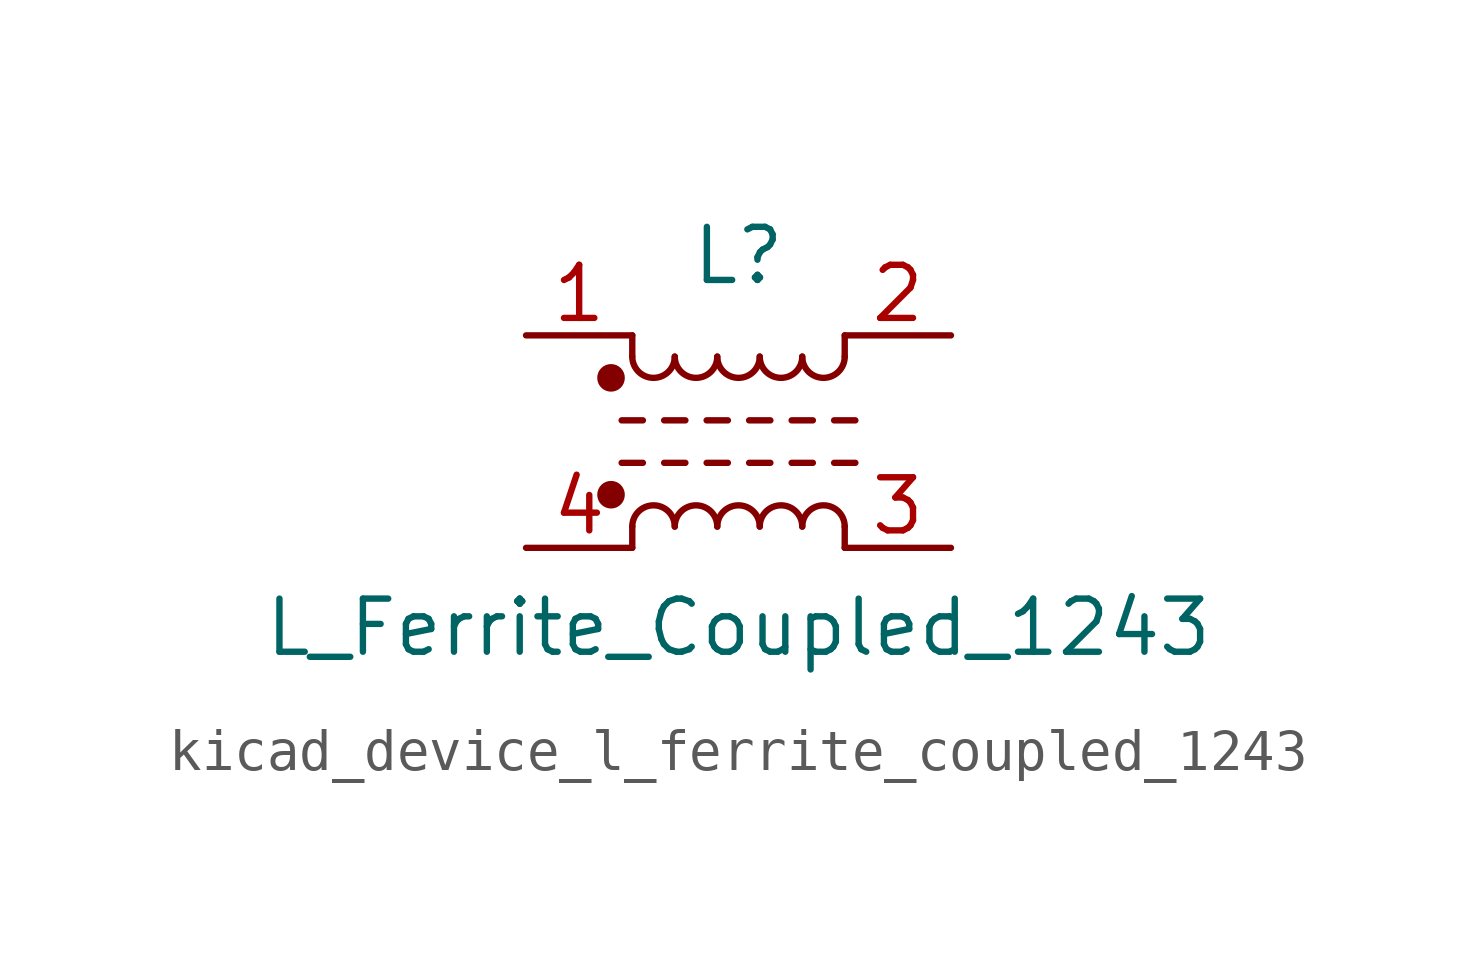
<source format=kicad_sym>
(kicad_symbol_lib
  (version 20220914)
  (generator kicad_symbol_editor)
  (symbol "kicad_device_l_ferrite_coupled_1243"
    (pin_names
      (offset 0.254) hide)
    (property "Reference" "L"
      (at 0 4.445 0)
      (effects (font (size 1.27 1.27))))
    (property "Value" "L_Ferrite_Coupled_1243"
      (at 0 -4.445 0)
      (effects (font (size 1.27 1.27))))
    (symbol "kicad_device_l_ferrite_coupled_1243_0_1"
      (circle (center -3.048 -1.27) (radius 0.254) (stroke (width 0) (type default)) (fill (type outline)))
      (circle (center -3.048 1.524) (radius 0.254) (stroke (width 0) (type default)) (fill (type outline)))
      (arc (start -2.54 2.032) (mid -2.032 1.5262) (end -1.524 2.032) (stroke (width 0) (type default)) (fill (type none)))
      (arc (start -1.524 -2.032) (mid -2.032 -1.5262) (end -2.54 -2.032) (stroke (width 0) (type default)) (fill (type none)))
      (arc (start -1.524 2.032) (mid -1.016 1.5262) (end -0.508 2.032) (stroke (width 0) (type default)) (fill (type none)))
      (arc (start -0.508 -2.032) (mid -1.016 -1.5262) (end -1.524 -2.032) (stroke (width 0) (type default)) (fill (type none)))
      (arc (start -0.508 2.032) (mid 0 1.5262) (end 0.508 2.032) (stroke (width 0) (type default)) (fill (type none)))
      (polyline (pts (xy -2.794 -0.508) (xy -2.286 -0.508)) (stroke (width 0) (type default)) (fill (type none)))
      (polyline (pts (xy -2.794 0.508) (xy -2.286 0.508)) (stroke (width 0) (type default)) (fill (type none)))
      (polyline (pts (xy -2.54 -2.032) (xy -2.54 -2.54)) (stroke (width 0) (type default)) (fill (type none)))
      (polyline (pts (xy -2.54 2.032) (xy -2.54 2.54)) (stroke (width 0) (type default)) (fill (type none)))
      (polyline (pts (xy -1.778 -0.508) (xy -1.27 -0.508)) (stroke (width 0) (type default)) (fill (type none)))
      (polyline (pts (xy -1.778 0.508) (xy -1.27 0.508)) (stroke (width 0) (type default)) (fill (type none)))
      (polyline (pts (xy -0.762 -0.508) (xy -0.254 -0.508)) (stroke (width 0) (type default)) (fill (type none)))
      (polyline (pts (xy -0.762 0.508) (xy -0.254 0.508)) (stroke (width 0) (type default)) (fill (type none)))
      (polyline (pts (xy 0.254 -0.508) (xy 0.762 -0.508)) (stroke (width 0) (type default)) (fill (type none)))
      (polyline (pts (xy 0.254 0.508) (xy 0.762 0.508)) (stroke (width 0) (type default)) (fill (type none)))
      (polyline (pts (xy 1.27 -0.508) (xy 1.778 -0.508)) (stroke (width 0) (type default)) (fill (type none)))
      (polyline (pts (xy 1.27 0.508) (xy 1.778 0.508)) (stroke (width 0) (type default)) (fill (type none)))
      (polyline (pts (xy 2.286 -0.508) (xy 2.794 -0.508)) (stroke (width 0) (type default)) (fill (type none)))
      (polyline (pts (xy 2.286 0.508) (xy 2.794 0.508)) (stroke (width 0) (type default)) (fill (type none)))
      (polyline (pts (xy 2.54 -2.032) (xy 2.54 -2.54)) (stroke (width 0) (type default)) (fill (type none)))
      (polyline (pts (xy 2.54 2.54) (xy 2.54 2.032)) (stroke (width 0) (type default)) (fill (type none)))
      (arc (start 0.508 -2.032) (mid 0 -1.5262) (end -0.508 -2.032) (stroke (width 0) (type default)) (fill (type none)))
      (arc (start 0.508 2.032) (mid 1.016 1.5262) (end 1.524 2.032) (stroke (width 0) (type default)) (fill (type none)))
      (arc (start 1.524 -2.032) (mid 1.016 -1.5262) (end 0.508 -2.032) (stroke (width 0) (type default)) (fill (type none)))
      (arc (start 1.524 2.032) (mid 2.032 1.5262) (end 2.54 2.032) (stroke (width 0) (type default)) (fill (type none)))
      (arc (start 2.54 -2.032) (mid 2.032 -1.5262) (end 1.524 -2.032) (stroke (width 0) (type default)) (fill (type none))))
    (symbol "kicad_device_l_ferrite_coupled_1243_1_1"
      (pin passive line (at -5.08 2.54 0) (length 2.54) (name "1" (effects (font (size 1.27 1.27)))) (number "1" (effects (font (size 1.27 1.27)))))
      (pin passive line (at 5.08 2.54 180) (length 2.54) (name "2" (effects (font (size 1.27 1.27)))) (number "2" (effects (font (size 1.27 1.27)))))
      (pin passive line (at 5.08 -2.54 180) (length 2.54) (name "3" (effects (font (size 1.27 1.27)))) (number "3" (effects (font (size 1.27 1.27)))))
      (pin passive line (at -5.08 -2.54 0) (length 2.54) (name "4" (effects (font (size 1.27 1.27)))) (number "4" (effects (font (size 1.27 1.27))))))))
</source>
